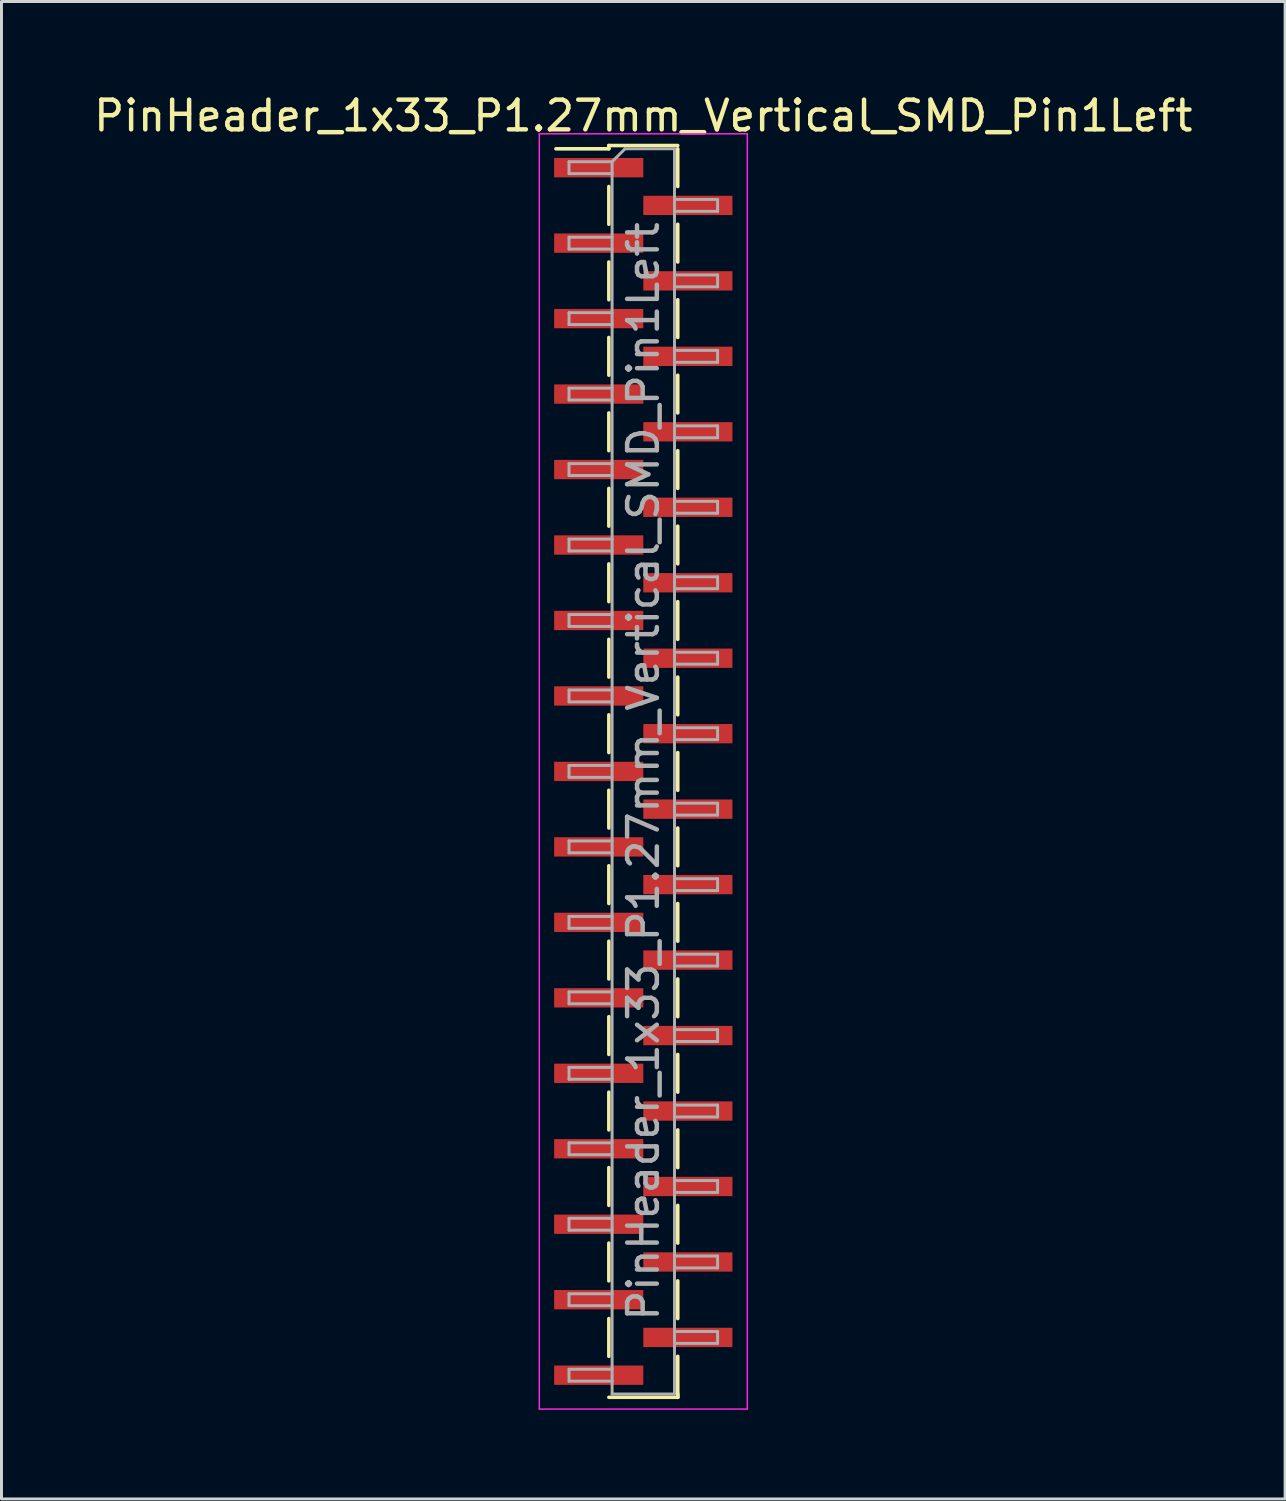
<source format=kicad_pcb>
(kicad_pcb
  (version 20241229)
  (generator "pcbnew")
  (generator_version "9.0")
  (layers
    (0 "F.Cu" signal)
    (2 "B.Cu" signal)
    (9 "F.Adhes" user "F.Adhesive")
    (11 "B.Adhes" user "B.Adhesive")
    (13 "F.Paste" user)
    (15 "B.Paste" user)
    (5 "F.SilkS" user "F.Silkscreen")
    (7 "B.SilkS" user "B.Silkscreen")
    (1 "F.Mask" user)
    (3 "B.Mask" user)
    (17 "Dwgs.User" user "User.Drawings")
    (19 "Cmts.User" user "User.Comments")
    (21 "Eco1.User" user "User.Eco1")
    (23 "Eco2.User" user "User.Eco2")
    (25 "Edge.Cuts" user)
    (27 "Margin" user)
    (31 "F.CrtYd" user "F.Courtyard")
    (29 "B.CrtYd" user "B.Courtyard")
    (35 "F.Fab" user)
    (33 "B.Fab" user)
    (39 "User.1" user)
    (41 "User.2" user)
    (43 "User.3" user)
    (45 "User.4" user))
  (footprint "PinHeader_1x33_P1.27mm_Vertical_SMD_Pin1Left"
    (layer "F.Cu")
    (at 18.601 22.913)
    (property "Reference" "PinHeader_1x33_P1.27mm_Vertical_SMD_Pin1Left" (at 0 -22.065 0) (layer "F.SilkS") (effects (font (size 1 1) (thickness 0.15))))
    (attr smd)
    (fp_line (start -1.16 -21.065) (end -1.16 -20.955) (stroke (width 0.12) (type solid)) (layer "F.SilkS"))
    (fp_line (start -1.16 -21.065) (end 1.16 -21.065) (stroke (width 0.12) (type solid)) (layer "F.SilkS"))
    (fp_line (start -1.16 -20.955) (end -2.94 -20.955) (stroke (width 0.12) (type solid)) (layer "F.SilkS"))
    (fp_line (start -1.16 -19.685) (end -1.16 -18.415) (stroke (width 0.12) (type solid)) (layer "F.SilkS"))
    (fp_line (start -1.16 -17.145) (end -1.16 -15.875) (stroke (width 0.12) (type solid)) (layer "F.SilkS"))
    (fp_line (start -1.16 -14.605) (end -1.16 -13.335) (stroke (width 0.12) (type solid)) (layer "F.SilkS"))
    (fp_line (start -1.16 -12.065) (end -1.16 -10.795) (stroke (width 0.12) (type solid)) (layer "F.SilkS"))
    (fp_line (start -1.16 -9.525) (end -1.16 -8.255) (stroke (width 0.12) (type solid)) (layer "F.SilkS"))
    (fp_line (start -1.16 -6.985) (end -1.16 -5.715) (stroke (width 0.12) (type solid)) (layer "F.SilkS"))
    (fp_line (start -1.16 -4.445) (end -1.16 -3.175) (stroke (width 0.12) (type solid)) (layer "F.SilkS"))
    (fp_line (start -1.16 -1.905) (end -1.16 -0.635) (stroke (width 0.12) (type solid)) (layer "F.SilkS"))
    (fp_line (start -1.16 0.635) (end -1.16 1.905) (stroke (width 0.12) (type solid)) (layer "F.SilkS"))
    (fp_line (start -1.16 3.175) (end -1.16 4.445) (stroke (width 0.12) (type solid)) (layer "F.SilkS"))
    (fp_line (start -1.16 5.715) (end -1.16 6.985) (stroke (width 0.12) (type solid)) (layer "F.SilkS"))
    (fp_line (start -1.16 8.255) (end -1.16 9.525) (stroke (width 0.12) (type solid)) (layer "F.SilkS"))
    (fp_line (start -1.16 10.795) (end -1.16 12.065) (stroke (width 0.12) (type solid)) (layer "F.SilkS"))
    (fp_line (start -1.16 13.335) (end -1.16 14.605) (stroke (width 0.12) (type solid)) (layer "F.SilkS"))
    (fp_line (start -1.16 15.875) (end -1.16 17.145) (stroke (width 0.12) (type solid)) (layer "F.SilkS"))
    (fp_line (start -1.16 18.415) (end -1.16 19.685) (stroke (width 0.12) (type solid)) (layer "F.SilkS"))
    (fp_line (start -1.16 21.065) (end 1.16 21.065) (stroke (width 0.12) (type solid)) (layer "F.SilkS"))
    (fp_line (start 1.16 -20.955) (end 1.16 -19.685) (stroke (width 0.12) (type solid)) (layer "F.SilkS"))
    (fp_line (start 1.16 -18.415) (end 1.16 -17.145) (stroke (width 0.12) (type solid)) (layer "F.SilkS"))
    (fp_line (start 1.16 -15.875) (end 1.16 -14.605) (stroke (width 0.12) (type solid)) (layer "F.SilkS"))
    (fp_line (start 1.16 -13.335) (end 1.16 -12.065) (stroke (width 0.12) (type solid)) (layer "F.SilkS"))
    (fp_line (start 1.16 -10.795) (end 1.16 -9.525) (stroke (width 0.12) (type solid)) (layer "F.SilkS"))
    (fp_line (start 1.16 -8.255) (end 1.16 -6.985) (stroke (width 0.12) (type solid)) (layer "F.SilkS"))
    (fp_line (start 1.16 -5.715) (end 1.16 -4.445) (stroke (width 0.12) (type solid)) (layer "F.SilkS"))
    (fp_line (start 1.16 -3.175) (end 1.16 -1.905) (stroke (width 0.12) (type solid)) (layer "F.SilkS"))
    (fp_line (start 1.16 -0.635) (end 1.16 0.635) (stroke (width 0.12) (type solid)) (layer "F.SilkS"))
    (fp_line (start 1.16 1.905) (end 1.16 3.175) (stroke (width 0.12) (type solid)) (layer "F.SilkS"))
    (fp_line (start 1.16 4.445) (end 1.16 5.715) (stroke (width 0.12) (type solid)) (layer "F.SilkS"))
    (fp_line (start 1.16 6.985) (end 1.16 8.255) (stroke (width 0.12) (type solid)) (layer "F.SilkS"))
    (fp_line (start 1.16 9.525) (end 1.16 10.795) (stroke (width 0.12) (type solid)) (layer "F.SilkS"))
    (fp_line (start 1.16 12.065) (end 1.16 13.335) (stroke (width 0.12) (type solid)) (layer "F.SilkS"))
    (fp_line (start 1.16 14.605) (end 1.16 15.875) (stroke (width 0.12) (type solid)) (layer "F.SilkS"))
    (fp_line (start 1.16 17.145) (end 1.16 18.415) (stroke (width 0.12) (type solid)) (layer "F.SilkS"))
    (fp_line (start 1.16 19.685) (end 1.16 21.065) (stroke (width 0.12) (type solid)) (layer "F.SilkS"))
    (fp_line (start 1.16 20.955) (end 1.16 21.065) (stroke (width 0.12) (type solid)) (layer "F.SilkS"))
    (fp_line (start -3.5 -21.46) (end -3.5 21.46) (stroke (width 0.05) (type solid)) (layer "F.CrtYd"))
    (fp_line (start -3.5 21.46) (end 3.5 21.46) (stroke (width 0.05) (type solid)) (layer "F.CrtYd"))
    (fp_line (start 3.5 -21.46) (end -3.5 -21.46) (stroke (width 0.05) (type solid)) (layer "F.CrtYd"))
    (fp_line (start 3.5 21.46) (end 3.5 -21.46) (stroke (width 0.05) (type solid)) (layer "F.CrtYd"))
    (fp_line (start -2.5 -20.52) (end -2.5 -20.12) (stroke (width 0.1) (type solid)) (layer "F.Fab"))
    (fp_line (start -2.5 -20.12) (end -1.05 -20.12) (stroke (width 0.1) (type solid)) (layer "F.Fab"))
    (fp_line (start -2.5 -17.98) (end -2.5 -17.58) (stroke (width 0.1) (type solid)) (layer "F.Fab"))
    (fp_line (start -2.5 -17.58) (end -1.05 -17.58) (stroke (width 0.1) (type solid)) (layer "F.Fab"))
    (fp_line (start -2.5 -15.44) (end -2.5 -15.04) (stroke (width 0.1) (type solid)) (layer "F.Fab"))
    (fp_line (start -2.5 -15.04) (end -1.05 -15.04) (stroke (width 0.1) (type solid)) (layer "F.Fab"))
    (fp_line (start -2.5 -12.9) (end -2.5 -12.5) (stroke (width 0.1) (type solid)) (layer "F.Fab"))
    (fp_line (start -2.5 -12.5) (end -1.05 -12.5) (stroke (width 0.1) (type solid)) (layer "F.Fab"))
    (fp_line (start -2.5 -10.36) (end -2.5 -9.96) (stroke (width 0.1) (type solid)) (layer "F.Fab"))
    (fp_line (start -2.5 -9.96) (end -1.05 -9.96) (stroke (width 0.1) (type solid)) (layer "F.Fab"))
    (fp_line (start -2.5 -7.82) (end -2.5 -7.42) (stroke (width 0.1) (type solid)) (layer "F.Fab"))
    (fp_line (start -2.5 -7.42) (end -1.05 -7.42) (stroke (width 0.1) (type solid)) (layer "F.Fab"))
    (fp_line (start -2.5 -5.28) (end -2.5 -4.88) (stroke (width 0.1) (type solid)) (layer "F.Fab"))
    (fp_line (start -2.5 -4.88) (end -1.05 -4.88) (stroke (width 0.1) (type solid)) (layer "F.Fab"))
    (fp_line (start -2.5 -2.74) (end -2.5 -2.34) (stroke (width 0.1) (type solid)) (layer "F.Fab"))
    (fp_line (start -2.5 -2.34) (end -1.05 -2.34) (stroke (width 0.1) (type solid)) (layer "F.Fab"))
    (fp_line (start -2.5 -0.2) (end -2.5 0.2) (stroke (width 0.1) (type solid)) (layer "F.Fab"))
    (fp_line (start -2.5 0.2) (end -1.05 0.2) (stroke (width 0.1) (type solid)) (layer "F.Fab"))
    (fp_line (start -2.5 2.34) (end -2.5 2.74) (stroke (width 0.1) (type solid)) (layer "F.Fab"))
    (fp_line (start -2.5 2.74) (end -1.05 2.74) (stroke (width 0.1) (type solid)) (layer "F.Fab"))
    (fp_line (start -2.5 4.88) (end -2.5 5.28) (stroke (width 0.1) (type solid)) (layer "F.Fab"))
    (fp_line (start -2.5 5.28) (end -1.05 5.28) (stroke (width 0.1) (type solid)) (layer "F.Fab"))
    (fp_line (start -2.5 7.42) (end -2.5 7.82) (stroke (width 0.1) (type solid)) (layer "F.Fab"))
    (fp_line (start -2.5 7.82) (end -1.05 7.82) (stroke (width 0.1) (type solid)) (layer "F.Fab"))
    (fp_line (start -2.5 9.96) (end -2.5 10.36) (stroke (width 0.1) (type solid)) (layer "F.Fab"))
    (fp_line (start -2.5 10.36) (end -1.05 10.36) (stroke (width 0.1) (type solid)) (layer "F.Fab"))
    (fp_line (start -2.5 12.5) (end -2.5 12.9) (stroke (width 0.1) (type solid)) (layer "F.Fab"))
    (fp_line (start -2.5 12.9) (end -1.05 12.9) (stroke (width 0.1) (type solid)) (layer "F.Fab"))
    (fp_line (start -2.5 15.04) (end -2.5 15.44) (stroke (width 0.1) (type solid)) (layer "F.Fab"))
    (fp_line (start -2.5 15.44) (end -1.05 15.44) (stroke (width 0.1) (type solid)) (layer "F.Fab"))
    (fp_line (start -2.5 17.58) (end -2.5 17.98) (stroke (width 0.1) (type solid)) (layer "F.Fab"))
    (fp_line (start -2.5 17.98) (end -1.05 17.98) (stroke (width 0.1) (type solid)) (layer "F.Fab"))
    (fp_line (start -2.5 20.12) (end -2.5 20.52) (stroke (width 0.1) (type solid)) (layer "F.Fab"))
    (fp_line (start -2.5 20.52) (end -1.05 20.52) (stroke (width 0.1) (type solid)) (layer "F.Fab"))
    (fp_line (start -1.05 -20.52) (end -2.5 -20.52) (stroke (width 0.1) (type solid)) (layer "F.Fab"))
    (fp_line (start -1.05 -20.52) (end -0.615 -20.955) (stroke (width 0.1) (type solid)) (layer "F.Fab"))
    (fp_line (start -1.05 -17.98) (end -2.5 -17.98) (stroke (width 0.1) (type solid)) (layer "F.Fab"))
    (fp_line (start -1.05 -15.44) (end -2.5 -15.44) (stroke (width 0.1) (type solid)) (layer "F.Fab"))
    (fp_line (start -1.05 -12.9) (end -2.5 -12.9) (stroke (width 0.1) (type solid)) (layer "F.Fab"))
    (fp_line (start -1.05 -10.36) (end -2.5 -10.36) (stroke (width 0.1) (type solid)) (layer "F.Fab"))
    (fp_line (start -1.05 -7.82) (end -2.5 -7.82) (stroke (width 0.1) (type solid)) (layer "F.Fab"))
    (fp_line (start -1.05 -5.28) (end -2.5 -5.28) (stroke (width 0.1) (type solid)) (layer "F.Fab"))
    (fp_line (start -1.05 -2.74) (end -2.5 -2.74) (stroke (width 0.1) (type solid)) (layer "F.Fab"))
    (fp_line (start -1.05 -0.2) (end -2.5 -0.2) (stroke (width 0.1) (type solid)) (layer "F.Fab"))
    (fp_line (start -1.05 2.34) (end -2.5 2.34) (stroke (width 0.1) (type solid)) (layer "F.Fab"))
    (fp_line (start -1.05 4.88) (end -2.5 4.88) (stroke (width 0.1) (type solid)) (layer "F.Fab"))
    (fp_line (start -1.05 7.42) (end -2.5 7.42) (stroke (width 0.1) (type solid)) (layer "F.Fab"))
    (fp_line (start -1.05 9.96) (end -2.5 9.96) (stroke (width 0.1) (type solid)) (layer "F.Fab"))
    (fp_line (start -1.05 12.5) (end -2.5 12.5) (stroke (width 0.1) (type solid)) (layer "F.Fab"))
    (fp_line (start -1.05 15.04) (end -2.5 15.04) (stroke (width 0.1) (type solid)) (layer "F.Fab"))
    (fp_line (start -1.05 17.58) (end -2.5 17.58) (stroke (width 0.1) (type solid)) (layer "F.Fab"))
    (fp_line (start -1.05 20.12) (end -2.5 20.12) (stroke (width 0.1) (type solid)) (layer "F.Fab"))
    (fp_line (start -1.05 20.955) (end -1.05 -20.52) (stroke (width 0.1) (type solid)) (layer "F.Fab"))
    (fp_line (start -0.615 -20.955) (end 1.05 -20.955) (stroke (width 0.1) (type solid)) (layer "F.Fab"))
    (fp_line (start 1.05 -20.955) (end 1.05 20.955) (stroke (width 0.1) (type solid)) (layer "F.Fab"))
    (fp_line (start 1.05 -19.25) (end 2.5 -19.25) (stroke (width 0.1) (type solid)) (layer "F.Fab"))
    (fp_line (start 1.05 -16.71) (end 2.5 -16.71) (stroke (width 0.1) (type solid)) (layer "F.Fab"))
    (fp_line (start 1.05 -14.17) (end 2.5 -14.17) (stroke (width 0.1) (type solid)) (layer "F.Fab"))
    (fp_line (start 1.05 -11.63) (end 2.5 -11.63) (stroke (width 0.1) (type solid)) (layer "F.Fab"))
    (fp_line (start 1.05 -9.09) (end 2.5 -9.09) (stroke (width 0.1) (type solid)) (layer "F.Fab"))
    (fp_line (start 1.05 -6.55) (end 2.5 -6.55) (stroke (width 0.1) (type solid)) (layer "F.Fab"))
    (fp_line (start 1.05 -4.01) (end 2.5 -4.01) (stroke (width 0.1) (type solid)) (layer "F.Fab"))
    (fp_line (start 1.05 -1.47) (end 2.5 -1.47) (stroke (width 0.1) (type solid)) (layer "F.Fab"))
    (fp_line (start 1.05 1.07) (end 2.5 1.07) (stroke (width 0.1) (type solid)) (layer "F.Fab"))
    (fp_line (start 1.05 3.61) (end 2.5 3.61) (stroke (width 0.1) (type solid)) (layer "F.Fab"))
    (fp_line (start 1.05 6.15) (end 2.5 6.15) (stroke (width 0.1) (type solid)) (layer "F.Fab"))
    (fp_line (start 1.05 8.69) (end 2.5 8.69) (stroke (width 0.1) (type solid)) (layer "F.Fab"))
    (fp_line (start 1.05 11.23) (end 2.5 11.23) (stroke (width 0.1) (type solid)) (layer "F.Fab"))
    (fp_line (start 1.05 13.77) (end 2.5 13.77) (stroke (width 0.1) (type solid)) (layer "F.Fab"))
    (fp_line (start 1.05 16.31) (end 2.5 16.31) (stroke (width 0.1) (type solid)) (layer "F.Fab"))
    (fp_line (start 1.05 18.85) (end 2.5 18.85) (stroke (width 0.1) (type solid)) (layer "F.Fab"))
    (fp_line (start 1.05 20.955) (end -1.05 20.955) (stroke (width 0.1) (type solid)) (layer "F.Fab"))
    (fp_line (start 2.5 -19.25) (end 2.5 -18.85) (stroke (width 0.1) (type solid)) (layer "F.Fab"))
    (fp_line (start 2.5 -18.85) (end 1.05 -18.85) (stroke (width 0.1) (type solid)) (layer "F.Fab"))
    (fp_line (start 2.5 -16.71) (end 2.5 -16.31) (stroke (width 0.1) (type solid)) (layer "F.Fab"))
    (fp_line (start 2.5 -16.31) (end 1.05 -16.31) (stroke (width 0.1) (type solid)) (layer "F.Fab"))
    (fp_line (start 2.5 -14.17) (end 2.5 -13.77) (stroke (width 0.1) (type solid)) (layer "F.Fab"))
    (fp_line (start 2.5 -13.77) (end 1.05 -13.77) (stroke (width 0.1) (type solid)) (layer "F.Fab"))
    (fp_line (start 2.5 -11.63) (end 2.5 -11.23) (stroke (width 0.1) (type solid)) (layer "F.Fab"))
    (fp_line (start 2.5 -11.23) (end 1.05 -11.23) (stroke (width 0.1) (type solid)) (layer "F.Fab"))
    (fp_line (start 2.5 -9.09) (end 2.5 -8.69) (stroke (width 0.1) (type solid)) (layer "F.Fab"))
    (fp_line (start 2.5 -8.69) (end 1.05 -8.69) (stroke (width 0.1) (type solid)) (layer "F.Fab"))
    (fp_line (start 2.5 -6.55) (end 2.5 -6.15) (stroke (width 0.1) (type solid)) (layer "F.Fab"))
    (fp_line (start 2.5 -6.15) (end 1.05 -6.15) (stroke (width 0.1) (type solid)) (layer "F.Fab"))
    (fp_line (start 2.5 -4.01) (end 2.5 -3.61) (stroke (width 0.1) (type solid)) (layer "F.Fab"))
    (fp_line (start 2.5 -3.61) (end 1.05 -3.61) (stroke (width 0.1) (type solid)) (layer "F.Fab"))
    (fp_line (start 2.5 -1.47) (end 2.5 -1.07) (stroke (width 0.1) (type solid)) (layer "F.Fab"))
    (fp_line (start 2.5 -1.07) (end 1.05 -1.07) (stroke (width 0.1) (type solid)) (layer "F.Fab"))
    (fp_line (start 2.5 1.07) (end 2.5 1.47) (stroke (width 0.1) (type solid)) (layer "F.Fab"))
    (fp_line (start 2.5 1.47) (end 1.05 1.47) (stroke (width 0.1) (type solid)) (layer "F.Fab"))
    (fp_line (start 2.5 3.61) (end 2.5 4.01) (stroke (width 0.1) (type solid)) (layer "F.Fab"))
    (fp_line (start 2.5 4.01) (end 1.05 4.01) (stroke (width 0.1) (type solid)) (layer "F.Fab"))
    (fp_line (start 2.5 6.15) (end 2.5 6.55) (stroke (width 0.1) (type solid)) (layer "F.Fab"))
    (fp_line (start 2.5 6.55) (end 1.05 6.55) (stroke (width 0.1) (type solid)) (layer "F.Fab"))
    (fp_line (start 2.5 8.69) (end 2.5 9.09) (stroke (width 0.1) (type solid)) (layer "F.Fab"))
    (fp_line (start 2.5 9.09) (end 1.05 9.09) (stroke (width 0.1) (type solid)) (layer "F.Fab"))
    (fp_line (start 2.5 11.23) (end 2.5 11.63) (stroke (width 0.1) (type solid)) (layer "F.Fab"))
    (fp_line (start 2.5 11.63) (end 1.05 11.63) (stroke (width 0.1) (type solid)) (layer "F.Fab"))
    (fp_line (start 2.5 13.77) (end 2.5 14.17) (stroke (width 0.1) (type solid)) (layer "F.Fab"))
    (fp_line (start 2.5 14.17) (end 1.05 14.17) (stroke (width 0.1) (type solid)) (layer "F.Fab"))
    (fp_line (start 2.5 16.31) (end 2.5 16.71) (stroke (width 0.1) (type solid)) (layer "F.Fab"))
    (fp_line (start 2.5 16.71) (end 1.05 16.71) (stroke (width 0.1) (type solid)) (layer "F.Fab"))
    (fp_line (start 2.5 18.85) (end 2.5 19.25) (stroke (width 0.1) (type solid)) (layer "F.Fab"))
    (fp_line (start 2.5 19.25) (end 1.05 19.25) (stroke (width 0.1) (type solid)) (layer "F.Fab"))
    (fp_text user "${REFERENCE}" (at 0 0 90) (layer "F.Fab") (effects (font (size 1 1) (thickness 0.15))))
    (pad "1" smd rect (at -1.5 -20.32) (size 3 0.65) (layers "F.Cu" "F.Mask" "F.Paste"))
    (pad "2" smd rect (at 1.5 -19.05) (size 3 0.65) (layers "F.Cu" "F.Mask" "F.Paste"))
    (pad "3" smd rect (at -1.5 -17.78) (size 3 0.65) (layers "F.Cu" "F.Mask" "F.Paste"))
    (pad "4" smd rect (at 1.5 -16.51) (size 3 0.65) (layers "F.Cu" "F.Mask" "F.Paste"))
    (pad "5" smd rect (at -1.5 -15.24) (size 3 0.65) (layers "F.Cu" "F.Mask" "F.Paste"))
    (pad "6" smd rect (at 1.5 -13.97) (size 3 0.65) (layers "F.Cu" "F.Mask" "F.Paste"))
    (pad "7" smd rect (at -1.5 -12.7) (size 3 0.65) (layers "F.Cu" "F.Mask" "F.Paste"))
    (pad "8" smd rect (at 1.5 -11.43) (size 3 0.65) (layers "F.Cu" "F.Mask" "F.Paste"))
    (pad "9" smd rect (at -1.5 -10.16) (size 3 0.65) (layers "F.Cu" "F.Mask" "F.Paste"))
    (pad "10" smd rect (at 1.5 -8.89) (size 3 0.65) (layers "F.Cu" "F.Mask" "F.Paste"))
    (pad "11" smd rect (at -1.5 -7.62) (size 3 0.65) (layers "F.Cu" "F.Mask" "F.Paste"))
    (pad "12" smd rect (at 1.5 -6.35) (size 3 0.65) (layers "F.Cu" "F.Mask" "F.Paste"))
    (pad "13" smd rect (at -1.5 -5.08) (size 3 0.65) (layers "F.Cu" "F.Mask" "F.Paste"))
    (pad "14" smd rect (at 1.5 -3.81) (size 3 0.65) (layers "F.Cu" "F.Mask" "F.Paste"))
    (pad "15" smd rect (at -1.5 -2.54) (size 3 0.65) (layers "F.Cu" "F.Mask" "F.Paste"))
    (pad "16" smd rect (at 1.5 -1.27) (size 3 0.65) (layers "F.Cu" "F.Mask" "F.Paste"))
    (pad "17" smd rect (at -1.5 0) (size 3 0.65) (layers "F.Cu" "F.Mask" "F.Paste"))
    (pad "18" smd rect (at 1.5 1.27) (size 3 0.65) (layers "F.Cu" "F.Mask" "F.Paste"))
    (pad "19" smd rect (at -1.5 2.54) (size 3 0.65) (layers "F.Cu" "F.Mask" "F.Paste"))
    (pad "20" smd rect (at 1.5 3.81) (size 3 0.65) (layers "F.Cu" "F.Mask" "F.Paste"))
    (pad "21" smd rect (at -1.5 5.08) (size 3 0.65) (layers "F.Cu" "F.Mask" "F.Paste"))
    (pad "22" smd rect (at 1.5 6.35) (size 3 0.65) (layers "F.Cu" "F.Mask" "F.Paste"))
    (pad "23" smd rect (at -1.5 7.62) (size 3 0.65) (layers "F.Cu" "F.Mask" "F.Paste"))
    (pad "24" smd rect (at 1.5 8.89) (size 3 0.65) (layers "F.Cu" "F.Mask" "F.Paste"))
    (pad "25" smd rect (at -1.5 10.16) (size 3 0.65) (layers "F.Cu" "F.Mask" "F.Paste"))
    (pad "26" smd rect (at 1.5 11.43) (size 3 0.65) (layers "F.Cu" "F.Mask" "F.Paste"))
    (pad "27" smd rect (at -1.5 12.7) (size 3 0.65) (layers "F.Cu" "F.Mask" "F.Paste"))
    (pad "28" smd rect (at 1.5 13.97) (size 3 0.65) (layers "F.Cu" "F.Mask" "F.Paste"))
    (pad "29" smd rect (at -1.5 15.24) (size 3 0.65) (layers "F.Cu" "F.Mask" "F.Paste"))
    (pad "30" smd rect (at 1.5 16.51) (size 3 0.65) (layers "F.Cu" "F.Mask" "F.Paste"))
    (pad "31" smd rect (at -1.5 17.78) (size 3 0.65) (layers "F.Cu" "F.Mask" "F.Paste"))
    (pad "32" smd rect (at 1.5 19.05) (size 3 0.65) (layers "F.Cu" "F.Mask" "F.Paste"))
    (pad "33" smd rect (at -1.5 20.32) (size 3 0.65) (layers "F.Cu" "F.Mask" "F.Paste")))
  (gr_rect
    (start -3 -3)
    (end 40.202 47.398)
    (stroke (width 0.1) (type default))
    (fill no)
    (layer "Edge.Cuts")))
</source>
